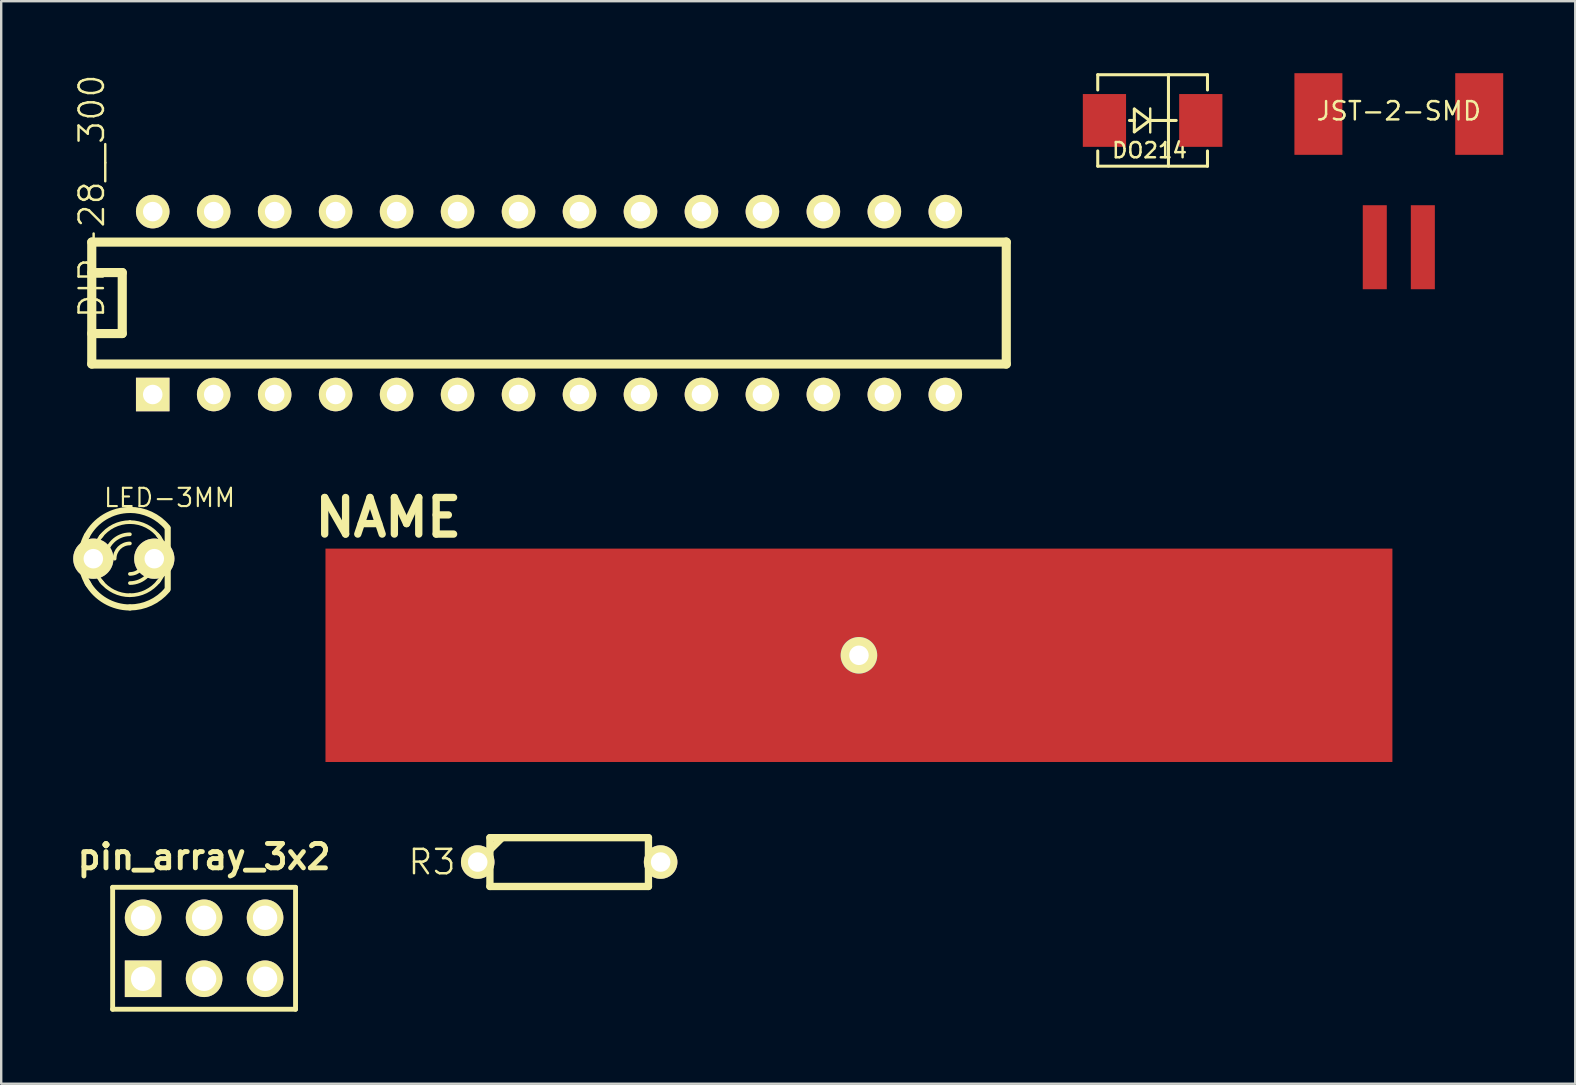
<source format=kicad_pcb>
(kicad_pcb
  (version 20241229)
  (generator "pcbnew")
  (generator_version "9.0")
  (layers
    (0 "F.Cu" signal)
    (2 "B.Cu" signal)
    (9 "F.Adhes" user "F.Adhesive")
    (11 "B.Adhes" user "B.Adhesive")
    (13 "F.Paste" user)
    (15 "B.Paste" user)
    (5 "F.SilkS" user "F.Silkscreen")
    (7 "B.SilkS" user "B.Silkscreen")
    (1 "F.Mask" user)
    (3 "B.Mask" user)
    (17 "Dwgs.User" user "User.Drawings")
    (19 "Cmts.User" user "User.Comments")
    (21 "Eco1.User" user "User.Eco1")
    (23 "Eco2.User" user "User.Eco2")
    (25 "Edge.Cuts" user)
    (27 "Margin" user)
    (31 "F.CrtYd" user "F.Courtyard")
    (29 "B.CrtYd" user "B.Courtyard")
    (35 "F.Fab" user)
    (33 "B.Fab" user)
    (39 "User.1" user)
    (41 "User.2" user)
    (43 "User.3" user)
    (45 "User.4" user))
  (footprint "JST-2-SMD"
    (layer "F.Cu")
    (at 55.227 7.25)
    (property "Reference" "JST-2-SMD" (at 0 -5.674 0) (layer "F.SilkS") (effects (font (size 0.762 0.762) (thickness 0.102))))
    (attr through_hole)
    (pad "" smd rect (at -3.35 -5.55) (size 1.999 3.401) (layers "F.Cu" "F.Mask" "F.Paste"))
    (pad "" smd rect (at 3.35 -5.55) (size 1.999 3.401) (layers "F.Cu" "F.Mask" "F.Paste"))
    (pad "1" smd rect (at 1.001 0) (size 1.001 3.5) (layers "F.Cu" "F.Mask" "F.Paste"))
    (pad "2" smd rect (at -1.001 0) (size 1.001 3.5) (layers "F.Cu" "F.Mask" "F.Paste")))
  (footprint "DO214"
    (layer "F.Cu")
    (at 44.97 1.968)
    (property "Reference" "DO214" (at -0.127 1.245 0) (layer "F.SilkS") (effects (font (size 0.635 0.635) (thickness 0.102))))
    (attr smd)
    (fp_line (start -2.286 -1.905) (end 2.286 -1.905) (stroke (width 0.127) (type solid)) (layer "F.SilkS"))
    (fp_line (start -2.286 -1.27) (end -2.286 -1.905) (stroke (width 0.127) (type solid)) (layer "F.SilkS"))
    (fp_line (start -2.286 1.27) (end -2.286 1.905) (stroke (width 0.127) (type solid)) (layer "F.SilkS"))
    (fp_line (start -2.286 1.905) (end 2.286 1.905) (stroke (width 0.127) (type solid)) (layer "F.SilkS"))
    (fp_line (start -0.762 -0.475) (end -0.762 0) (stroke (width 0.127) (type solid)) (layer "F.SilkS"))
    (fp_line (start -0.762 0) (end -0.965 0) (stroke (width 0.127) (type solid)) (layer "F.SilkS"))
    (fp_line (start -0.762 0) (end -0.762 0.475) (stroke (width 0.127) (type solid)) (layer "F.SilkS"))
    (fp_line (start -0.762 0.475) (end -0.127 0) (stroke (width 0.127) (type solid)) (layer "F.SilkS"))
    (fp_line (start -0.127 0) (end -0.762 -0.475) (stroke (width 0.127) (type solid)) (layer "F.SilkS"))
    (fp_line (start -0.127 0) (end 0.983 0) (stroke (width 0.127) (type solid)) (layer "F.SilkS"))
    (fp_line (start -0.099 -0.5) (end -0.099 0.5) (stroke (width 0.099) (type solid)) (layer "F.SilkS"))
    (fp_line (start 0.66 1.905) (end 0.66 -1.905) (stroke (width 0.127) (type solid)) (layer "F.SilkS"))
    (fp_line (start 2.286 -1.905) (end 2.286 -1.27) (stroke (width 0.127) (type solid)) (layer "F.SilkS"))
    (fp_line (start 2.286 1.905) (end 2.286 1.27) (stroke (width 0.127) (type solid)) (layer "F.SilkS"))
    (pad "1" smd rect (at -2.007 0) (size 1.801 2.2) (layers "F.Cu" "F.Mask" "F.Paste"))
    (pad "2" smd rect (at 2.007 0) (size 1.801 2.2) (layers "F.Cu" "F.Mask" "F.Paste")))
  (footprint "LED-3MM"
    (layer "F.Cu")
    (at 2.108 20.226)
    (property "Reference" "LED-3MM" (at 1.905 -2.54 0) (layer "F.SilkS") (effects (font (size 0.762 0.762) (thickness 0.089))))
    (attr exclude_from_pos_files exclude_from_bom)
    (fp_line (start 1.829 1.27) (end 1.829 -1.27) (stroke (width 0.254) (type solid)) (layer "F.SilkS"))
    (fp_arc (start -1.778 0) (mid -1.716347 -0.496745) (end -1.53513 -0.963347) (stroke (width 0.254) (type solid)) (layer "F.SilkS"))
    (fp_arc (start -1.5367 -0.95504) (mid -0.790567 -1.739997) (end 0.253025 -2.02946) (stroke (width 0.254) (type solid)) (layer "F.SilkS"))
    (fp_arc (start -1.47574 1.06426) (mid -1.700164 0.553076) (end -1.776923 0.0001) (stroke (width 0.254) (type solid)) (layer "F.SilkS"))
    (fp_arc (start -1.27 0) (mid -1.178999 -0.518738) (end -0.916864 -0.975527) (stroke (width 0.1524) (type solid)) (layer "F.SilkS"))
    (fp_arc (start -0.9652 -0.9144) (mid -0.427912 -1.362928) (end 0.253199 -1.524) (stroke (width 0.1524) (type solid)) (layer "F.SilkS"))
    (fp_arc (start -0.88392 1.01092) (mid -1.168742 0.540951) (end -1.268111 0.000469) (stroke (width 0.1524) (type solid)) (layer "F.SilkS"))
    (fp_arc (start -0.762 0) (mid -0.46442 -0.71842) (end 0.254 -1.016) (stroke (width 0.1524) (type solid)) (layer "F.SilkS"))
    (fp_arc (start -0.381 0) (mid -0.195013 -0.449013) (end 0.254 -0.635) (stroke (width 0.1524) (type solid)) (layer "F.SilkS"))
    (fp_arc (start 0.254 -2.032) (mid 1.114367 -1.840867) (end 1.81288 -1.303426) (stroke (width 0.254) (type solid)) (layer "F.SilkS"))
    (fp_arc (start 0.254 -1.524) (mid 0.950618 -1.35547) (end 1.493166 -0.887155) (stroke (width 0.1524) (type solid)) (layer "F.SilkS"))
    (fp_arc (start 0.254 1.524) (mid -0.415273 1.369179) (end -0.948564 0.936171) (stroke (width 0.1524) (type solid)) (layer "F.SilkS"))
    (fp_arc (start 0.254 2.032) (mid -0.76507 1.757988) (end -1.509299 1.009851) (stroke (width 0.254) (type solid)) (layer "F.SilkS"))
    (fp_arc (start 0.889 0) (mid 0.703013 0.449013) (end 0.254 0.635) (stroke (width 0.1524) (type solid)) (layer "F.SilkS"))
    (fp_arc (start 1.27 0) (mid 0.97242 0.71842) (end 0.254 1.016) (stroke (width 0.1524) (type solid)) (layer "F.SilkS"))
    (fp_arc (start 1.4097 -0.9906) (mid 1.681593 -0.528119) (end 1.776147 -0.000034) (stroke (width 0.1524) (type solid)) (layer "F.SilkS"))
    (fp_arc (start 1.45542 0.93472) (mid 0.922882 1.367373) (end 0.254442 1.522206) (stroke (width 0.1524) (type solid)) (layer "F.SilkS"))
    (fp_arc (start 1.778 0) (mid 1.686999 0.518738) (end 1.424864 0.975527) (stroke (width 0.1524) (type solid)) (layer "F.SilkS"))
    (fp_arc (start 1.8034 1.31064) (mid 1.109154 1.840416) (end 0.256552 2.029387) (stroke (width 0.254) (type solid)) (layer "F.SilkS"))
    (pad "1" thru_hole circle (at -1.27 0) (size 1.676 1.676) (drill 0.813) (layers "*.Cu" "*.Mask" "F.SilkS" "F.Paste"))
    (pad "2" thru_hole circle (at 1.27 0) (size 1.676 1.676) (drill 0.813) (layers "*.Cu" "*.Mask" "F.SilkS" "F.Paste")))
  (footprint "R3"
    (layer "F.Cu")
    (at 20.663 32.865)
    (property "Reference" "R3" (at -5.715 0 0) (layer "F.SilkS") (effects (font (size 1.016 1.016) (thickness 0.102))))
    (attr through_hole)
    (fp_line (start -3.81 0) (end -3.302 0) (stroke (width 0.305) (type solid)) (layer "F.SilkS"))
    (fp_line (start -3.302 -1.016) (end -3.302 1.016) (stroke (width 0.305) (type solid)) (layer "F.SilkS"))
    (fp_line (start -3.302 -0.508) (end -2.794 -1.016) (stroke (width 0.305) (type solid)) (layer "F.SilkS"))
    (fp_line (start -3.302 1.016) (end 3.302 1.016) (stroke (width 0.305) (type solid)) (layer "F.SilkS"))
    (fp_line (start 3.302 -1.016) (end -3.302 -1.016) (stroke (width 0.305) (type solid)) (layer "F.SilkS"))
    (fp_line (start 3.302 0) (end 3.302 -1.016) (stroke (width 0.305) (type solid)) (layer "F.SilkS"))
    (fp_line (start 3.302 1.016) (end 3.302 0) (stroke (width 0.305) (type solid)) (layer "F.SilkS"))
    (fp_line (start 3.81 0) (end 3.302 0) (stroke (width 0.305) (type solid)) (layer "F.SilkS"))
    (pad "1" thru_hole circle (at -3.81 0) (size 1.397 1.397) (drill 0.813) (layers "*.Cu" "*.Mask" "F.SilkS"))
    (pad "2" thru_hole circle (at 3.81 0) (size 1.397 1.397) (drill 0.813) (layers "*.Cu" "*.Mask" "F.SilkS")))
  (footprint "NAME"
    (layer "F.Cu")
    (at 32.735 24.251)
    (property "Reference" "NAME" (at -19.609 -5.74 0) (layer "F.SilkS") (effects (font (size 1.524 1.524) (thickness 0.305))))
    (attr through_hole)
    (pad "1" thru_hole circle (at 0 0) (size 1.524 1.524) (drill 0.813) (layers "*.Cu" "*.Mask" "F.SilkS"))
    (pad "1" smd rect (at 0 0) (size 44.45 8.89) (layers "F.Cu" "F.Mask" "F.Paste")))
  (footprint "pin_array_3x2"
    (layer "F.Cu")
    (at 5.453 36.457)
    (property "Reference" "pin_array_3x2" (at 0 -3.81 0) (layer "F.SilkS") (effects (font (size 1.016 1.016) (thickness 0.203))))
    (attr through_hole)
    (fp_line (start -3.81 -2.54) (end 3.81 -2.54) (stroke (width 0.203) (type solid)) (layer "F.SilkS"))
    (fp_line (start -3.81 2.54) (end -3.81 -2.54) (stroke (width 0.203) (type solid)) (layer "F.SilkS"))
    (fp_line (start 3.81 -2.54) (end 3.81 2.54) (stroke (width 0.203) (type solid)) (layer "F.SilkS"))
    (fp_line (start 3.81 2.54) (end -3.81 2.54) (stroke (width 0.203) (type solid)) (layer "F.SilkS"))
    (pad "1" thru_hole rect (at -2.54 1.27) (size 1.524 1.524) (drill 1.016) (layers "*.Cu" "*.Mask" "F.SilkS"))
    (pad "2" thru_hole circle (at -2.54 -1.27) (size 1.524 1.524) (drill 1.016) (layers "*.Cu" "*.Mask" "F.SilkS"))
    (pad "3" thru_hole circle (at 0 1.27) (size 1.524 1.524) (drill 1.016) (layers "*.Cu" "*.Mask" "F.SilkS"))
    (pad "4" thru_hole circle (at 0 -1.27) (size 1.524 1.524) (drill 1.016) (layers "*.Cu" "*.Mask" "F.SilkS"))
    (pad "5" thru_hole circle (at 2.54 1.27) (size 1.524 1.524) (drill 1.016) (layers "*.Cu" "*.Mask" "F.SilkS"))
    (pad "6" thru_hole circle (at 2.54 -1.27) (size 1.524 1.524) (drill 1.016) (layers "*.Cu" "*.Mask" "F.SilkS")))
  (footprint "DIP-28__300"
    (layer "F.Cu")
    (at 19.823 9.576)
    (property "Reference" "DIP-28__300" (at -19.05 -4.445 90) (layer "F.SilkS") (effects (font (size 1.016 1.016) (thickness 0.102))))
    (attr through_hole)
    (fp_line (start -19.05 -2.54) (end 19.05 -2.54) (stroke (width 0.381) (type solid)) (layer "F.SilkS"))
    (fp_line (start -19.05 -1.27) (end -17.78 -1.27) (stroke (width 0.381) (type solid)) (layer "F.SilkS"))
    (fp_line (start -19.05 2.54) (end -19.05 -2.54) (stroke (width 0.381) (type solid)) (layer "F.SilkS"))
    (fp_line (start -17.78 -1.27) (end -17.78 1.27) (stroke (width 0.381) (type solid)) (layer "F.SilkS"))
    (fp_line (start -17.78 1.27) (end -19.05 1.27) (stroke (width 0.381) (type solid)) (layer "F.SilkS"))
    (fp_line (start 19.05 -2.54) (end 19.05 2.54) (stroke (width 0.381) (type solid)) (layer "F.SilkS"))
    (fp_line (start 19.05 2.54) (end -19.05 2.54) (stroke (width 0.381) (type solid)) (layer "F.SilkS"))
    (pad "1" thru_hole rect (at -16.51 3.81) (size 1.397 1.397) (drill 0.813) (layers "*.Cu" "*.Mask" "F.SilkS"))
    (pad "2" thru_hole circle (at -13.97 3.81) (size 1.397 1.397) (drill 0.813) (layers "*.Cu" "*.Mask" "F.SilkS"))
    (pad "3" thru_hole circle (at -11.43 3.81) (size 1.397 1.397) (drill 0.813) (layers "*.Cu" "*.Mask" "F.SilkS"))
    (pad "4" thru_hole circle (at -8.89 3.81) (size 1.397 1.397) (drill 0.813) (layers "*.Cu" "*.Mask" "F.SilkS"))
    (pad "5" thru_hole circle (at -6.35 3.81) (size 1.397 1.397) (drill 0.813) (layers "*.Cu" "*.Mask" "F.SilkS"))
    (pad "6" thru_hole circle (at -3.81 3.81) (size 1.397 1.397) (drill 0.813) (layers "*.Cu" "*.Mask" "F.SilkS"))
    (pad "7" thru_hole circle (at -1.27 3.81) (size 1.397 1.397) (drill 0.813) (layers "*.Cu" "*.Mask" "F.SilkS"))
    (pad "8" thru_hole circle (at 1.27 3.81) (size 1.397 1.397) (drill 0.813) (layers "*.Cu" "*.Mask" "F.SilkS"))
    (pad "9" thru_hole circle (at 3.81 3.81) (size 1.397 1.397) (drill 0.813) (layers "*.Cu" "*.Mask" "F.SilkS"))
    (pad "10" thru_hole circle (at 6.35 3.81) (size 1.397 1.397) (drill 0.813) (layers "*.Cu" "*.Mask" "F.SilkS"))
    (pad "11" thru_hole circle (at 8.89 3.81) (size 1.397 1.397) (drill 0.813) (layers "*.Cu" "*.Mask" "F.SilkS"))
    (pad "12" thru_hole circle (at 11.43 3.81) (size 1.397 1.397) (drill 0.813) (layers "*.Cu" "*.Mask" "F.SilkS"))
    (pad "13" thru_hole circle (at 13.97 3.81) (size 1.397 1.397) (drill 0.813) (layers "*.Cu" "*.Mask" "F.SilkS"))
    (pad "14" thru_hole circle (at 16.51 3.81) (size 1.397 1.397) (drill 0.813) (layers "*.Cu" "*.Mask" "F.SilkS"))
    (pad "15" thru_hole circle (at 16.51 -3.81) (size 1.397 1.397) (drill 0.813) (layers "*.Cu" "*.Mask" "F.SilkS"))
    (pad "16" thru_hole circle (at 13.97 -3.81) (size 1.397 1.397) (drill 0.813) (layers "*.Cu" "*.Mask" "F.SilkS"))
    (pad "17" thru_hole circle (at 11.43 -3.81) (size 1.397 1.397) (drill 0.813) (layers "*.Cu" "*.Mask" "F.SilkS"))
    (pad "18" thru_hole circle (at 8.89 -3.81) (size 1.397 1.397) (drill 0.813) (layers "*.Cu" "*.Mask" "F.SilkS"))
    (pad "19" thru_hole circle (at 6.35 -3.81) (size 1.397 1.397) (drill 0.813) (layers "*.Cu" "*.Mask" "F.SilkS"))
    (pad "20" thru_hole circle (at 3.81 -3.81) (size 1.397 1.397) (drill 0.813) (layers "*.Cu" "*.Mask" "F.SilkS"))
    (pad "21" thru_hole circle (at 1.27 -3.81) (size 1.397 1.397) (drill 0.813) (layers "*.Cu" "*.Mask" "F.SilkS"))
    (pad "22" thru_hole circle (at -1.27 -3.81) (size 1.397 1.397) (drill 0.813) (layers "*.Cu" "*.Mask" "F.SilkS"))
    (pad "23" thru_hole circle (at -3.81 -3.81) (size 1.397 1.397) (drill 0.813) (layers "*.Cu" "*.Mask" "F.SilkS"))
    (pad "24" thru_hole circle (at -6.35 -3.81) (size 1.397 1.397) (drill 0.813) (layers "*.Cu" "*.Mask" "F.SilkS"))
    (pad "25" thru_hole circle (at -8.89 -3.81) (size 1.397 1.397) (drill 0.813) (layers "*.Cu" "*.Mask" "F.SilkS"))
    (pad "26" thru_hole circle (at -11.43 -3.81) (size 1.397 1.397) (drill 0.813) (layers "*.Cu" "*.Mask" "F.SilkS"))
    (pad "27" thru_hole circle (at -13.97 -3.81) (size 1.397 1.397) (drill 0.813) (layers "*.Cu" "*.Mask" "F.SilkS"))
    (pad "28" thru_hole circle (at -16.51 -3.81) (size 1.397 1.397) (drill 0.813) (layers "*.Cu" "*.Mask" "F.SilkS")))
  (gr_rect
    (start -3 -3)
    (end 62.577 42.099)
    (stroke (width 0.1) (type default))
    (fill no)
    (layer "Edge.Cuts")))
</source>
